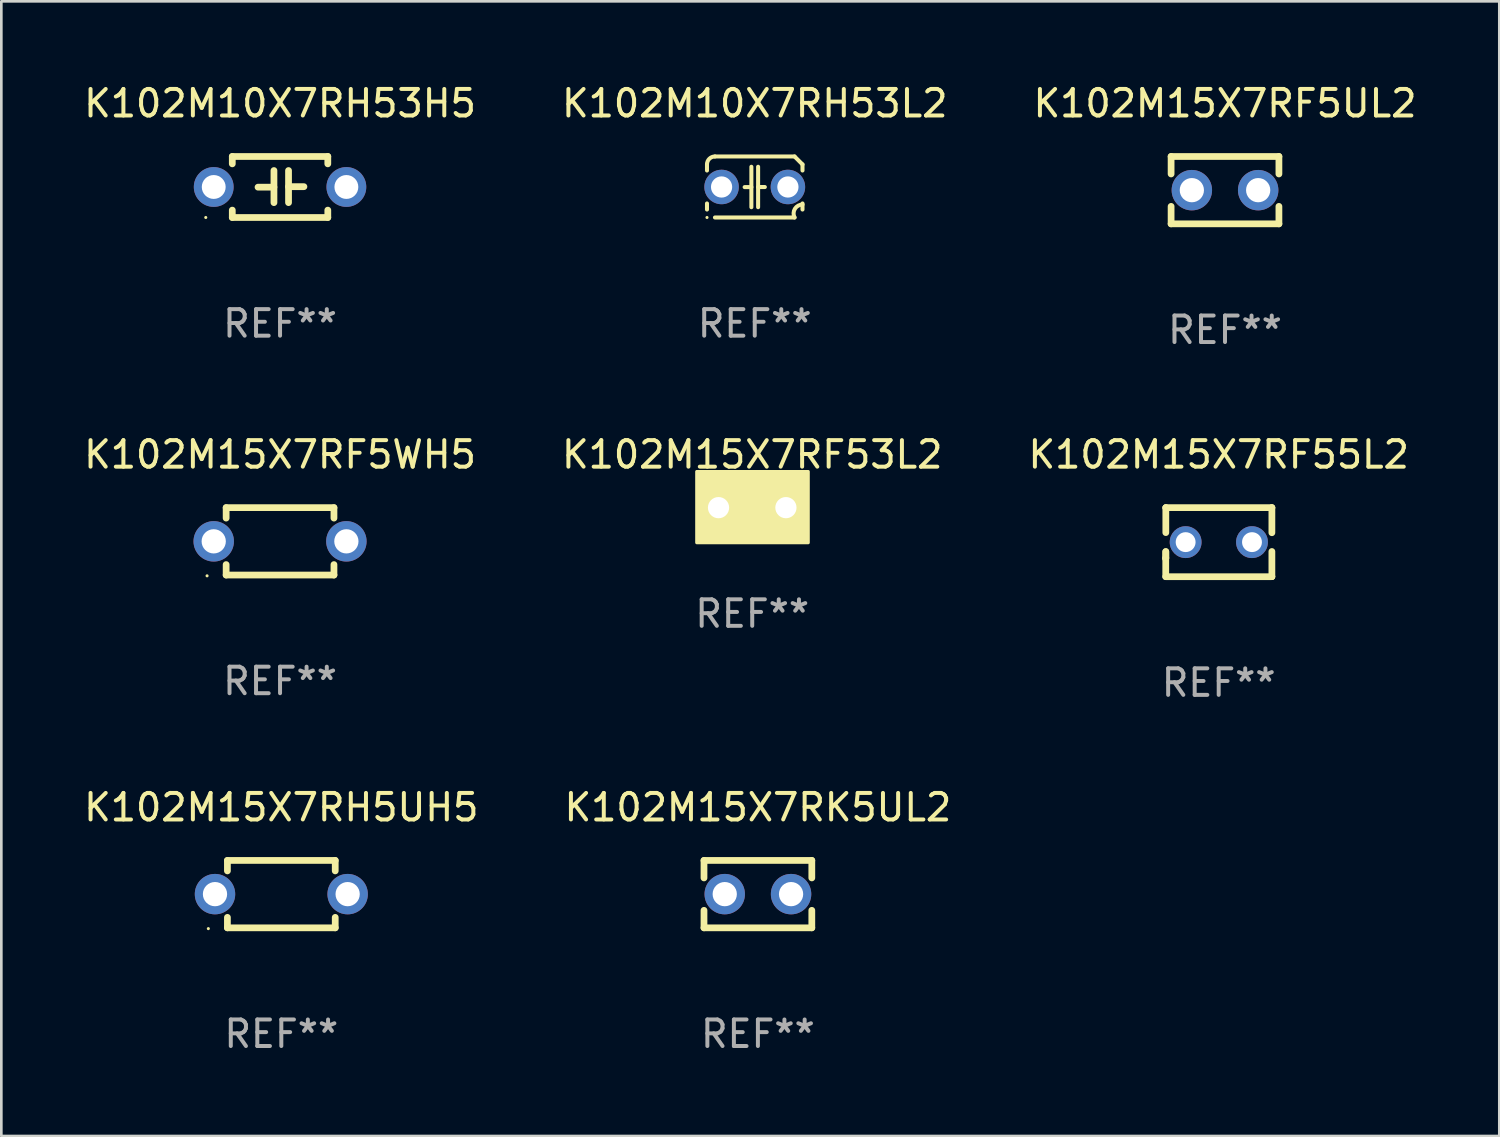
<source format=kicad_pcb>
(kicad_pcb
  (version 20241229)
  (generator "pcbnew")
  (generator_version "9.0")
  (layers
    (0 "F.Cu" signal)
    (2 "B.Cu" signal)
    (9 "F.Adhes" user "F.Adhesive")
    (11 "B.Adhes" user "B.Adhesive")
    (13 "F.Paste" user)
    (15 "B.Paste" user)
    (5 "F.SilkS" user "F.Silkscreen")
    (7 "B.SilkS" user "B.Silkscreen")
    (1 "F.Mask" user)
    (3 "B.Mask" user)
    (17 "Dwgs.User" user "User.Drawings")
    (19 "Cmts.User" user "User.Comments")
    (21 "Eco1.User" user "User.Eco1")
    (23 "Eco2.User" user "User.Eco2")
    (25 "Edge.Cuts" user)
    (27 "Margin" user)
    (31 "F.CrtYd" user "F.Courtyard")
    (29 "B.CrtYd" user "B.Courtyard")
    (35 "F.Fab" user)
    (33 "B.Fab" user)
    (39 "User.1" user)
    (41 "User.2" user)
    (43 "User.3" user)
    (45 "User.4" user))
  (footprint "K102M10X7RH53L2"
    (layer "F.Cu")
    (at 25.399 3.998)
    (property "Reference" "K102M10X7RH53L2" (at 0 -3.15 0) (layer "F.SilkS") (effects (font (size 1 1) (thickness 0.15))))
    (attr through_hole)
    (fp_line (start -1.8 -0.621) (end -1.8 -0.85) (stroke (width 0.152) (type solid)) (layer "F.SilkS"))
    (fp_line (start -1.8 0.85) (end -1.8 0.621) (stroke (width 0.152) (type solid)) (layer "F.SilkS"))
    (fp_line (start -1.5 -1.15) (end 1.5 -1.15) (stroke (width 0.152) (type solid)) (layer "F.SilkS"))
    (fp_line (start -0.127 -0.762) (end -0.127 0.762) (stroke (width 0.152) (type solid)) (layer "F.SilkS"))
    (fp_line (start -0.127 0.005) (end -0.381 0.005) (stroke (width 0.152) (type solid)) (layer "F.SilkS"))
    (fp_line (start 0.127 -0.762) (end 0.127 0.762) (stroke (width 0.152) (type solid)) (layer "F.SilkS"))
    (fp_line (start 0.127 0.002) (end 0.381 0.002) (stroke (width 0.152) (type solid)) (layer "F.SilkS"))
    (fp_line (start 1.5 1.15) (end -1.5 1.15) (stroke (width 0.152) (type solid)) (layer "F.SilkS"))
    (fp_line (start 1.8 -0.85) (end 1.8 -0.621) (stroke (width 0.152) (type solid)) (layer "F.SilkS"))
    (fp_line (start 1.8 0.621) (end 1.8 0.85) (stroke (width 0.152) (type solid)) (layer "F.SilkS"))
    (fp_arc (start -1.799975 -0.849987) (mid -1.712107 -1.062119) (end -1.499975 -1.149987) (stroke (width 0.151994) (type solid)) (layer "F.SilkS"))
    (fp_arc (start 1.499975 1.149987) (mid 1.513726 0.822359) (end 1.799975 0.662387) (stroke (width 0.151994) (type solid)) (layer "F.SilkS"))
    (fp_arc (start 1.500001 -1.149986) (mid 1.650015 -1.000001) (end 1.8 -0.849987) (stroke (width 0.151994) (type solid)) (layer "F.SilkS"))
    (fp_circle (center -1.8 1.15) (end -1.77 1.15) (stroke (width 0.06) (type solid)) (fill no) (layer "F.SilkS"))
    (fp_text user "REF**" (at 0 5.15 0) (layer "F.Fab") (effects (font (size 1 1) (thickness 0.15))))
    (pad "1" thru_hole circle (at -1.25 0) (size 1.3 1.3) (drill 0.8) (layers "*.Cu" "*.Mask"))
    (pad "2" thru_hole circle (at 1.25 0) (size 1.3 1.3) (drill 0.8) (layers "*.Cu" "*.Mask")))
  (footprint "K102M15X7RF55L2"
    (layer "F.Cu")
    (at 42.887 17.386)
    (property "Reference" "K102M15X7RF55L2" (at 0 -3.301 0) (layer "F.SilkS") (effects (font (size 1 1) (thickness 0.15))))
    (attr through_hole)
    (fp_line (start -1.996 0.354) (end -1.996 1.301) (stroke (width 0.254) (type solid)) (layer "F.SilkS"))
    (fp_line (start -1.996 1.301) (end 2.002 1.301) (stroke (width 0.254) (type solid)) (layer "F.SilkS"))
    (fp_line (start -1.993 -1.299) (end -1.993 -0.36) (stroke (width 0.254) (type solid)) (layer "F.SilkS"))
    (fp_line (start -1.993 0.358) (end -1.993 0.599) (stroke (width 0.254) (type solid)) (layer "F.SilkS"))
    (fp_line (start -1.993 0.599) (end -2.005 0.61) (stroke (width 0.254) (type solid)) (layer "F.SilkS"))
    (fp_line (start -1.992 -1.301) (end -1.993 -1.299) (stroke (width 0.254) (type solid)) (layer "F.SilkS"))
    (fp_line (start 2.002 1.301) (end 2.005 1.298) (stroke (width 0.254) (type solid)) (layer "F.SilkS"))
    (fp_line (start 2.003 -1.301) (end -1.992 -1.301) (stroke (width 0.254) (type solid)) (layer "F.SilkS"))
    (fp_line (start 2.005 -1.299) (end 2.003 -1.301) (stroke (width 0.254) (type solid)) (layer "F.SilkS"))
    (fp_line (start 2.005 -0.355) (end 2.005 -1.299) (stroke (width 0.254) (type solid)) (layer "F.SilkS"))
    (fp_line (start 2.005 1.298) (end 2.005 0.352) (stroke (width 0.254) (type solid)) (layer "F.SilkS"))
    (fp_circle (center -1.996 1.299) (end -1.966 1.299) (stroke (width 0.06) (type solid)) (fill no) (layer "F.SilkS"))
    (fp_text user "REF**" (at 0 5.301 0) (layer "F.Fab") (effects (font (size 1 1) (thickness 0.15))))
    (pad "1" thru_hole circle (at -1.246 -0.001) (size 1.2 1.2) (drill 0.75) (layers "*.Cu" "*.Mask"))
    (pad "2" thru_hole circle (at 1.255 -0.001) (size 1.2 1.2) (drill 0.75) (layers "*.Cu" "*.Mask")))
  (footprint "K102M15X7RF5WH5"
    (layer "F.Cu")
    (at 7.506 17.355)
    (property "Reference" "K102M15X7RF5WH5" (at 0 -3.27 0) (layer "F.SilkS") (effects (font (size 1 1) (thickness 0.15))))
    (attr through_hole)
    (fp_line (start -2.032 -1.27) (end -2.032 -0.876) (stroke (width 0.254) (type solid)) (layer "F.SilkS"))
    (fp_line (start -2.032 0.876) (end -2.032 1.27) (stroke (width 0.254) (type solid)) (layer "F.SilkS"))
    (fp_line (start -2.032 1.27) (end 2.032 1.27) (stroke (width 0.254) (type solid)) (layer "F.SilkS"))
    (fp_line (start 2.032 -1.27) (end -2.032 -1.27) (stroke (width 0.254) (type solid)) (layer "F.SilkS"))
    (fp_line (start 2.032 -0.876) (end 2.032 -1.27) (stroke (width 0.254) (type solid)) (layer "F.SilkS"))
    (fp_line (start 2.032 1.27) (end 2.032 0.876) (stroke (width 0.254) (type solid)) (layer "F.SilkS"))
    (fp_circle (center -2.751 1.3) (end -2.721 1.3) (stroke (width 0.06) (type solid)) (fill no) (layer "F.SilkS"))
    (fp_text user "REF**" (at 0 5.27 0) (layer "F.Fab") (effects (font (size 1 1) (thickness 0.15))))
    (pad "1" thru_hole circle (at -2.5 0) (size 1.524 1.524) (drill 0.914) (layers "*.Cu" "*.Mask"))
    (pad "2" thru_hole circle (at 2.5 0) (size 1.524 1.524) (drill 0.914) (layers "*.Cu" "*.Mask")))
  (footprint "K102M15X7RK5UL2"
    (layer "F.Cu")
    (at 25.518 30.653)
    (property "Reference" "K102M15X7RK5UL2" (at 0 -3.27 0) (layer "F.SilkS") (effects (font (size 1 1) (thickness 0.15))))
    (attr through_hole)
    (fp_line (start -2.032 -1.27) (end -2.032 -0.611) (stroke (width 0.254) (type solid)) (layer "F.SilkS"))
    (fp_line (start -2.032 0.611) (end -2.032 1.27) (stroke (width 0.254) (type solid)) (layer "F.SilkS"))
    (fp_line (start -2.032 1.27) (end 2.032 1.27) (stroke (width 0.254) (type solid)) (layer "F.SilkS"))
    (fp_line (start 2.032 -1.27) (end -2.032 -1.27) (stroke (width 0.254) (type solid)) (layer "F.SilkS"))
    (fp_line (start 2.032 -0.611) (end 2.032 -1.27) (stroke (width 0.254) (type solid)) (layer "F.SilkS"))
    (fp_line (start 2.032 1.27) (end 2.032 0.611) (stroke (width 0.254) (type solid)) (layer "F.SilkS"))
    (fp_circle (center -2 1.3) (end -1.97 1.3) (stroke (width 0.06) (type solid)) (fill no) (layer "F.SilkS"))
    (fp_text user "REF**" (at 0 5.27 0) (layer "F.Fab") (effects (font (size 1 1) (thickness 0.15))))
    (pad "1" thru_hole circle (at -1.25 0) (size 1.524 1.524) (drill 0.914) (layers "*.Cu" "*.Mask"))
    (pad "2" thru_hole circle (at 1.25 0) (size 1.524 1.524) (drill 0.914) (layers "*.Cu" "*.Mask")))
  (footprint "K102M10X7RH53H5"
    (layer "F.Cu")
    (at 7.506 3.998)
    (property "Reference" "K102M10X7RH53H5" (at 0 -3.15 0) (layer "F.SilkS") (effects (font (size 1 1) (thickness 0.15))))
    (attr through_hole)
    (fp_line (start -1.8 -1.15) (end -1.8 -0.872) (stroke (width 0.254) (type solid)) (layer "F.SilkS"))
    (fp_line (start -1.8 -1.15) (end 1.8 -1.15) (stroke (width 0.254) (type solid)) (layer "F.SilkS"))
    (fp_line (start -1.8 0.872) (end -1.8 1.15) (stroke (width 0.254) (type solid)) (layer "F.SilkS"))
    (fp_line (start -1.8 1.15) (end 1.8 1.15) (stroke (width 0.254) (type solid)) (layer "F.SilkS"))
    (fp_line (start -0.23 -0.62) (end -0.23 0.59) (stroke (width 0.254) (type solid)) (layer "F.SilkS"))
    (fp_line (start -0.23 0.007) (end -0.83 0.007) (stroke (width 0.254) (type solid)) (layer "F.SilkS"))
    (fp_line (start 0.32 -0.62) (end 0.32 0.59) (stroke (width 0.254) (type solid)) (layer "F.SilkS"))
    (fp_line (start 0.32 -0.012) (end 0.9 -0.012) (stroke (width 0.254) (type solid)) (layer "F.SilkS"))
    (fp_line (start 1.8 -1.15) (end 1.8 -0.872) (stroke (width 0.254) (type solid)) (layer "F.SilkS"))
    (fp_line (start 1.8 0.872) (end 1.8 1.15) (stroke (width 0.254) (type solid)) (layer "F.SilkS"))
    (fp_circle (center -2.8 1.15) (end -2.77 1.15) (stroke (width 0.06) (type solid)) (fill no) (layer "F.SilkS"))
    (fp_text user "REF**" (at 0 5.15 0) (layer "F.Fab") (effects (font (size 1 1) (thickness 0.15))))
    (pad "1" thru_hole circle (at -2.5 0) (size 1.5 1.5) (drill 0.9) (layers "*.Cu" "*.Mask"))
    (pad "2" thru_hole circle (at 2.5 0) (size 1.5 1.5) (drill 0.9) (layers "*.Cu" "*.Mask")))
  (footprint "K102M15X7RH5UH5"
    (layer "F.Cu")
    (at 7.554 30.653)
    (property "Reference" "K102M15X7RH5UH5" (at 0 -3.27 0) (layer "F.SilkS") (effects (font (size 1 1) (thickness 0.15))))
    (attr through_hole)
    (fp_line (start -2.032 -1.27) (end -2.032 -0.876) (stroke (width 0.254) (type solid)) (layer "F.SilkS"))
    (fp_line (start -2.032 0.876) (end -2.032 1.27) (stroke (width 0.254) (type solid)) (layer "F.SilkS"))
    (fp_line (start -2.032 1.27) (end 2.032 1.27) (stroke (width 0.254) (type solid)) (layer "F.SilkS"))
    (fp_line (start 2.032 -1.27) (end -2.032 -1.27) (stroke (width 0.254) (type solid)) (layer "F.SilkS"))
    (fp_line (start 2.032 -0.876) (end 2.032 -1.27) (stroke (width 0.254) (type solid)) (layer "F.SilkS"))
    (fp_line (start 2.032 1.27) (end 2.032 0.876) (stroke (width 0.254) (type solid)) (layer "F.SilkS"))
    (fp_circle (center -2.751 1.3) (end -2.721 1.3) (stroke (width 0.06) (type solid)) (fill no) (layer "F.SilkS"))
    (fp_text user "REF**" (at 0 5.27 0) (layer "F.Fab") (effects (font (size 1 1) (thickness 0.15))))
    (pad "1" thru_hole circle (at -2.5 0) (size 1.524 1.524) (drill 0.914) (layers "*.Cu" "*.Mask"))
    (pad "2" thru_hole circle (at 2.5 0) (size 1.524 1.524) (drill 0.914) (layers "*.Cu" "*.Mask")))
  (footprint "K102M15X7RF53L2"
    (layer "F.Cu")
    (at 25.304 16.085)
    (property "Reference" "K102M15X7RF53L2" (at 0 -2 0) (layer "F.SilkS") (effects (font (size 1 1) (thickness 0.15))))
    (attr through_hole)
    (fp_circle (center -2 1.3) (end -1.97 1.3) (stroke (width 0.06) (type solid)) (fill no) (layer "F.SilkS"))
    (fp_poly (pts (xy -2.09 -1.36) (xy 2.11 -1.36) (xy 2.11 1.32) (xy -2.09 1.32)) (stroke (width 0.12) (type solid)) (fill yes) (layer "F.SilkS"))
    (fp_text user "REF**" (at 0 4 0) (layer "F.Fab") (effects (font (size 1 1) (thickness 0.15))))
    (pad "1" thru_hole circle (at -1.27 0) (size 1.4 1.4) (drill 0.8) (layers "*.Cu" "*.Mask"))
    (pad "2" thru_hole circle (at 1.27 0) (size 1.4 1.4) (drill 0.8) (layers "*.Cu" "*.Mask")))
  (footprint "K102M15X7RF5UL2"
    (layer "F.Cu")
    (at 43.125 4.118)
    (property "Reference" "K102M15X7RF5UL2" (at 0 -3.27 0) (layer "F.SilkS") (effects (font (size 1 1) (thickness 0.15))))
    (attr through_hole)
    (fp_line (start -2.032 -1.27) (end -2.032 -0.611) (stroke (width 0.254) (type solid)) (layer "F.SilkS"))
    (fp_line (start -2.032 0.611) (end -2.032 1.27) (stroke (width 0.254) (type solid)) (layer "F.SilkS"))
    (fp_line (start -2.032 1.27) (end 2.032 1.27) (stroke (width 0.254) (type solid)) (layer "F.SilkS"))
    (fp_line (start 2.032 -1.27) (end -2.032 -1.27) (stroke (width 0.254) (type solid)) (layer "F.SilkS"))
    (fp_line (start 2.032 -0.611) (end 2.032 -1.27) (stroke (width 0.254) (type solid)) (layer "F.SilkS"))
    (fp_line (start 2.032 1.27) (end 2.032 0.611) (stroke (width 0.254) (type solid)) (layer "F.SilkS"))
    (fp_circle (center -2 1.3) (end -1.97 1.3) (stroke (width 0.06) (type solid)) (fill no) (layer "F.SilkS"))
    (fp_text user "REF**" (at 0 5.27 0) (layer "F.Fab") (effects (font (size 1 1) (thickness 0.15))))
    (pad "1" thru_hole circle (at -1.25 0) (size 1.524 1.524) (drill 0.914) (layers "*.Cu" "*.Mask"))
    (pad "2" thru_hole circle (at 1.25 0) (size 1.524 1.524) (drill 0.914) (layers "*.Cu" "*.Mask")))
  (gr_rect
    (start -3 -3)
    (end 53.464 39.771)
    (stroke (width 0.1) (type default))
    (fill no)
    (layer "Edge.Cuts")))
</source>
